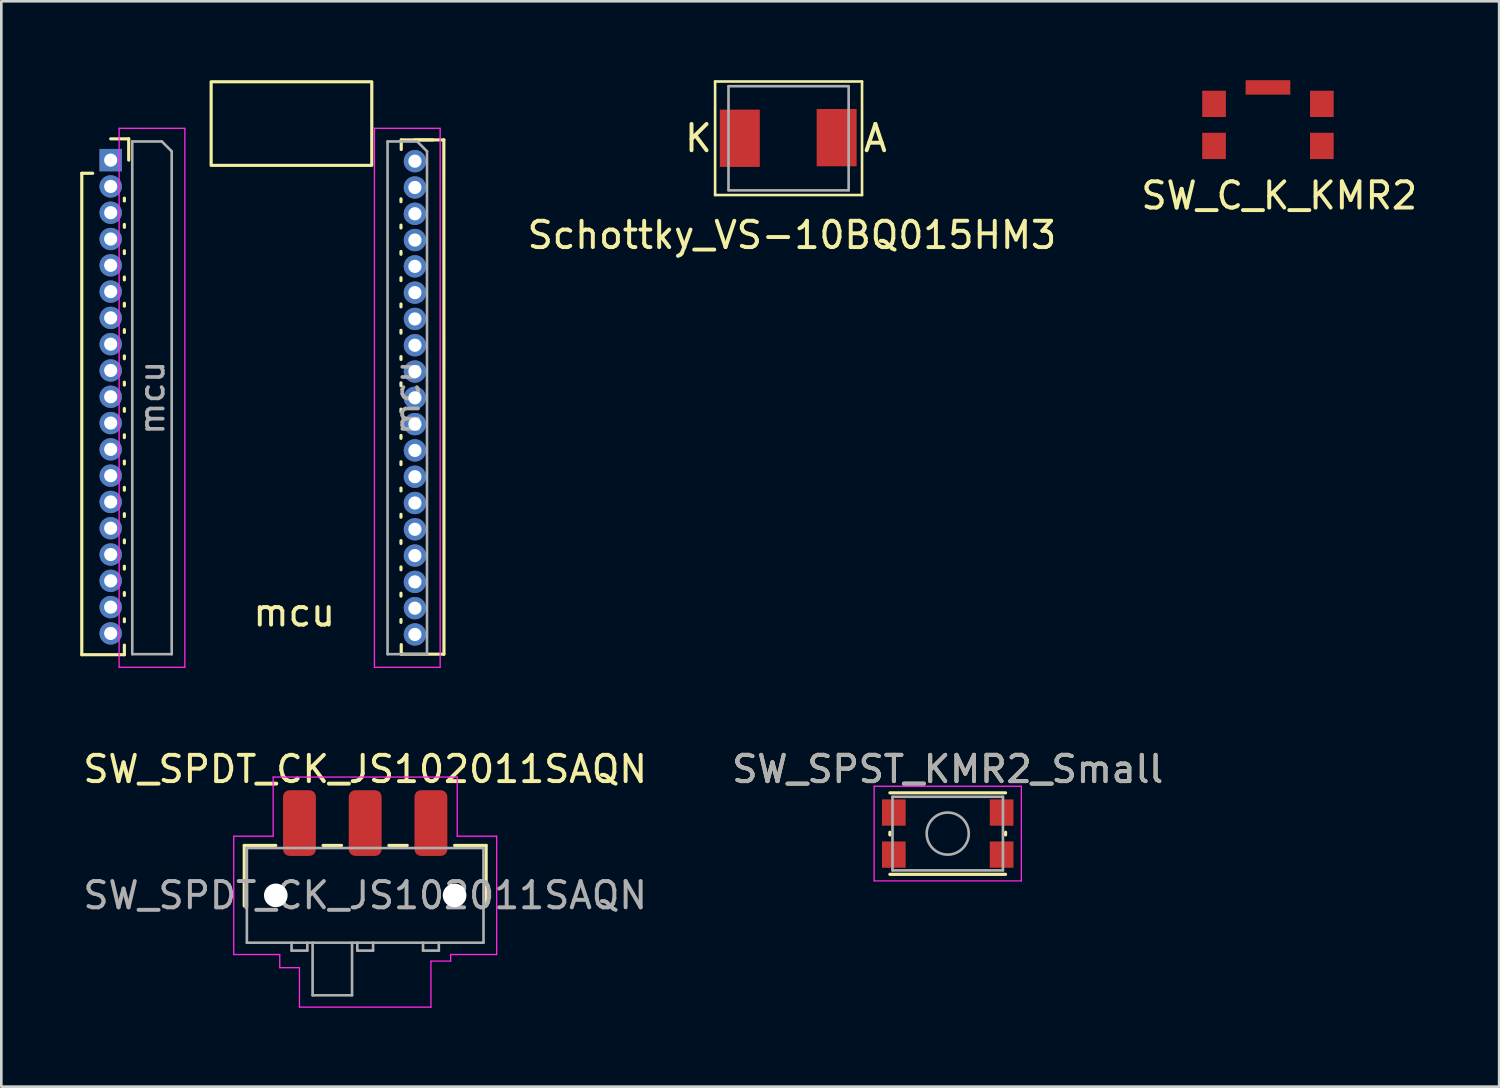
<source format=kicad_pcb>
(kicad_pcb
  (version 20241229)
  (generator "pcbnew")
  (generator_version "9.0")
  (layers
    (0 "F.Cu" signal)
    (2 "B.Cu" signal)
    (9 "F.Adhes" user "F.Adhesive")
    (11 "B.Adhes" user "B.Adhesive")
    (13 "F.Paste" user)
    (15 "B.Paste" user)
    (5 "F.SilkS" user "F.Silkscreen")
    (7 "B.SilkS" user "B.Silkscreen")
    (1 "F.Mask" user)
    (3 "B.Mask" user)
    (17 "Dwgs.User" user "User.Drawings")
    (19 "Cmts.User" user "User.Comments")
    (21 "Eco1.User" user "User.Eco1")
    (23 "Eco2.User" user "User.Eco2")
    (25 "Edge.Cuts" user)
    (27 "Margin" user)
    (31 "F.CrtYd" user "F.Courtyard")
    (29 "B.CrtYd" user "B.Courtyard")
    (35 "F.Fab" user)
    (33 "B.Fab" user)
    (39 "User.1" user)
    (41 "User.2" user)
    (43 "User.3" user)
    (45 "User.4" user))
  (footprint "SW_SPDT_CK_JS102011SAQN"
    (layer "F.Cu")
    (at 10.839 31.003)
    (property "Reference" "SW_SPDT_CK_JS102011SAQN" (at 0 -4.8 0) (layer "F.SilkS") (effects (font (size 1 1) (thickness 0.15))))
    (attr smd)
    (fp_line (start -4.6 -1.9) (end -3.4 -1.9) (stroke (width 0.12) (type solid)) (layer "F.SilkS"))
    (fp_line (start -4.6 0.4) (end -4.6 -1.9) (stroke (width 0.12) (type solid)) (layer "F.SilkS"))
    (fp_line (start -0.9 -1.9) (end -1.6 -1.9) (stroke (width 0.12) (type solid)) (layer "F.SilkS"))
    (fp_line (start 1.6 -1.9) (end 0.9 -1.9) (stroke (width 0.12) (type solid)) (layer "F.SilkS"))
    (fp_line (start 3.4 -1.9) (end 4.6 -1.9) (stroke (width 0.12) (type solid)) (layer "F.SilkS"))
    (fp_line (start 4.6 -1.9) (end 4.6 0.4) (stroke (width 0.12) (type solid)) (layer "F.SilkS"))
    (fp_line (start -5 -2.25) (end -5 2.25) (stroke (width 0.05) (type solid)) (layer "F.CrtYd"))
    (fp_line (start -5 2.25) (end -3.25 2.25) (stroke (width 0.05) (type solid)) (layer "F.CrtYd"))
    (fp_line (start -3.5 -4.5) (end -3.5 -2.25) (stroke (width 0.05) (type solid)) (layer "F.CrtYd"))
    (fp_line (start -3.5 -2.25) (end -5 -2.25) (stroke (width 0.05) (type solid)) (layer "F.CrtYd"))
    (fp_line (start -3.25 2.25) (end -3.25 2.75) (stroke (width 0.05) (type solid)) (layer "F.CrtYd"))
    (fp_line (start -3.25 2.75) (end -2.5 2.75) (stroke (width 0.05) (type solid)) (layer "F.CrtYd"))
    (fp_line (start -2.5 2.75) (end -2.5 4.25) (stroke (width 0.05) (type solid)) (layer "F.CrtYd"))
    (fp_line (start -2.5 4.25) (end 2.5 4.25) (stroke (width 0.05) (type solid)) (layer "F.CrtYd"))
    (fp_line (start 2.5 2.5) (end 3.25 2.5) (stroke (width 0.05) (type solid)) (layer "F.CrtYd"))
    (fp_line (start 2.5 4.25) (end 2.5 2.5) (stroke (width 0.05) (type solid)) (layer "F.CrtYd"))
    (fp_line (start 3.25 2.25) (end 5 2.25) (stroke (width 0.05) (type solid)) (layer "F.CrtYd"))
    (fp_line (start 3.25 2.5) (end 3.25 2.25) (stroke (width 0.05) (type solid)) (layer "F.CrtYd"))
    (fp_line (start 3.5 -4.5) (end -3.5 -4.5) (stroke (width 0.05) (type solid)) (layer "F.CrtYd"))
    (fp_line (start 3.5 -2.25) (end 3.5 -4.5) (stroke (width 0.05) (type solid)) (layer "F.CrtYd"))
    (fp_line (start 5 -2.25) (end 3.5 -2.25) (stroke (width 0.05) (type solid)) (layer "F.CrtYd"))
    (fp_line (start 5 2.25) (end 5 -2.25) (stroke (width 0.05) (type solid)) (layer "F.CrtYd"))
    (fp_line (start -4.5 -1.8) (end -4.5 1.8) (stroke (width 0.1) (type solid)) (layer "F.Fab"))
    (fp_line (start -4.5 -1.8) (end 4.5 -1.8) (stroke (width 0.1) (type solid)) (layer "F.Fab"))
    (fp_line (start -2.8 2.1) (end -2.8 1.8) (stroke (width 0.1) (type solid)) (layer "F.Fab"))
    (fp_line (start -2.2 1.8) (end -2.2 2.1) (stroke (width 0.1) (type solid)) (layer "F.Fab"))
    (fp_line (start -2.2 2.1) (end -2.8 2.1) (stroke (width 0.1) (type solid)) (layer "F.Fab"))
    (fp_line (start -2 3.8) (end -2 1.8) (stroke (width 0.1) (type solid)) (layer "F.Fab"))
    (fp_line (start -0.5 1.8) (end -0.5 3.8) (stroke (width 0.1) (type solid)) (layer "F.Fab"))
    (fp_line (start -0.5 3.8) (end -2 3.8) (stroke (width 0.1) (type solid)) (layer "F.Fab"))
    (fp_line (start -0.3 2.1) (end -0.3 1.8) (stroke (width 0.1) (type solid)) (layer "F.Fab"))
    (fp_line (start 0.3 1.8) (end 0.3 2.1) (stroke (width 0.1) (type solid)) (layer "F.Fab"))
    (fp_line (start 0.3 2.1) (end -0.3 2.1) (stroke (width 0.1) (type solid)) (layer "F.Fab"))
    (fp_line (start 2.2 1.8) (end 2.2 2.1) (stroke (width 0.1) (type solid)) (layer "F.Fab"))
    (fp_line (start 2.2 2.1) (end 2.8 2.1) (stroke (width 0.1) (type solid)) (layer "F.Fab"))
    (fp_line (start 2.8 2.1) (end 2.8 1.8) (stroke (width 0.1) (type solid)) (layer "F.Fab"))
    (fp_line (start 4.5 -1.8) (end 4.5 1.8) (stroke (width 0.1) (type solid)) (layer "F.Fab"))
    (fp_line (start 4.5 1.8) (end -4.5 1.8) (stroke (width 0.1) (type solid)) (layer "F.Fab"))
    (fp_text user "${REFERENCE}" (at 0 0 0) (layer "F.Fab") (effects (font (size 1 1) (thickness 0.15))))
    (pad "" np_thru_hole circle (at -3.4 0) (size 0.9 0.9) (drill 0.9) (layers "*.Cu" "*.Mask"))
    (pad "" np_thru_hole circle (at 3.4 0) (size 0.9 0.9) (drill 0.9) (layers "*.Cu" "*.Mask"))
    (pad "1" smd roundrect (at -2.5 -2.75) (size 1.25 2.5) (layers "F.Cu" "F.Mask" "F.Paste") (roundrect_rratio 0.2))
    (pad "2" smd roundrect (at 0 -2.75) (size 1.25 2.5) (layers "F.Cu" "F.Mask" "F.Paste") (roundrect_rratio 0.2))
    (pad "3" smd roundrect (at 2.5 -2.75) (size 1.25 2.5) (layers "F.Cu" "F.Mask" "F.Paste") (roundrect_rratio 0.2)))
  (footprint "SW_SPST_KMR2_Small"
    (layer "F.Cu")
    (at 32.994 28.653)
    (property "Reference" "SW_SPST_KMR2_Small" (at 0 -2.45 0) (layer "F.SilkS") (effects (font (size 1 1) (thickness 0.15))))
    (attr smd)
    (fp_line (start -2.2 0.05) (end -2.2 -0.05) (stroke (width 0.12) (type solid)) (layer "F.SilkS"))
    (fp_line (start -2.2 1.55) (end 2.2 1.55) (stroke (width 0.12) (type solid)) (layer "F.SilkS"))
    (fp_line (start 2.2 -1.55) (end -2.2 -1.55) (stroke (width 0.12) (type solid)) (layer "F.SilkS"))
    (fp_line (start 2.2 0.05) (end 2.2 -0.05) (stroke (width 0.12) (type solid)) (layer "F.SilkS"))
    (fp_line (start -2.8 -1.8) (end 2.8 -1.8) (stroke (width 0.05) (type solid)) (layer "F.CrtYd"))
    (fp_line (start -2.8 1.8) (end -2.8 -1.8) (stroke (width 0.05) (type solid)) (layer "F.CrtYd"))
    (fp_line (start 2.8 -1.8) (end 2.8 1.8) (stroke (width 0.05) (type solid)) (layer "F.CrtYd"))
    (fp_line (start 2.8 1.8) (end -2.8 1.8) (stroke (width 0.05) (type solid)) (layer "F.CrtYd"))
    (fp_line (start -2.1 -1.4) (end 2.1 -1.4) (stroke (width 0.1) (type solid)) (layer "F.Fab"))
    (fp_line (start -2.1 1.4) (end -2.1 -1.4) (stroke (width 0.1) (type solid)) (layer "F.Fab"))
    (fp_line (start 2.1 -1.4) (end 2.1 1.4) (stroke (width 0.1) (type solid)) (layer "F.Fab"))
    (fp_line (start 2.1 1.4) (end -2.1 1.4) (stroke (width 0.1) (type solid)) (layer "F.Fab"))
    (fp_circle (center 0 0) (end 0 0.8) (stroke (width 0.1) (type solid)) (fill no) (layer "F.Fab"))
    (fp_text user "${REFERENCE}" (at 0 -2.45 0) (layer "F.Fab") (effects (font (size 1 1) (thickness 0.15))))
    (pad "1" smd rect (at -2.05 -0.8) (size 0.9 1) (layers "F.Cu" "F.Mask" "F.Paste"))
    (pad "1" smd rect (at 2.05 -0.8) (size 0.9 1) (layers "F.Cu" "F.Mask" "F.Paste"))
    (pad "2" smd rect (at -2.05 0.8) (size 0.9 1) (layers "F.Cu" "F.Mask" "F.Paste"))
    (pad "2" smd rect (at 2.05 0.8) (size 0.9 1) (layers "F.Cu" "F.Mask" "F.Paste")))
  (footprint "mcu"
    (layer "F.Cu")
    (at 8.87 3.08)
    (property "Reference" "mcu" (at -0.73 17.17 0) (layer "F.SilkS") (effects (font (size 1 1) (thickness 0.15))))
    (attr through_hole)
    (fp_line (start -8.81 0.46) (end -8.81 18.77) (stroke (width 0.12) (type solid)) (layer "F.SilkS"))
    (fp_line (start -8.81 0.46) (end -8.395 0.46) (stroke (width 0.12) (type solid)) (layer "F.SilkS"))
    (fp_line (start -8.81 18.77) (end -7.19 18.77) (stroke (width 0.12) (type solid)) (layer "F.SilkS"))
    (fp_line (start -7.71 -0.85) (end -7.025 -0.85) (stroke (width 0.12) (type solid)) (layer "F.SilkS"))
    (fp_line (start -7.19 1.406) (end -7.19 1.514) (stroke (width 0.12) (type solid)) (layer "F.SilkS"))
    (fp_line (start -7.19 2.406) (end -7.19 2.514) (stroke (width 0.12) (type solid)) (layer "F.SilkS"))
    (fp_line (start -7.19 3.406) (end -7.19 3.514) (stroke (width 0.12) (type solid)) (layer "F.SilkS"))
    (fp_line (start -7.19 4.406) (end -7.19 4.514) (stroke (width 0.12) (type solid)) (layer "F.SilkS"))
    (fp_line (start -7.19 5.406) (end -7.19 5.514) (stroke (width 0.12) (type solid)) (layer "F.SilkS"))
    (fp_line (start -7.19 6.406) (end -7.19 6.514) (stroke (width 0.12) (type solid)) (layer "F.SilkS"))
    (fp_line (start -7.19 7.406) (end -7.19 7.514) (stroke (width 0.12) (type solid)) (layer "F.SilkS"))
    (fp_line (start -7.19 8.406) (end -7.19 8.514) (stroke (width 0.12) (type solid)) (layer "F.SilkS"))
    (fp_line (start -7.19 9.406) (end -7.19 9.514) (stroke (width 0.12) (type solid)) (layer "F.SilkS"))
    (fp_line (start -7.19 10.406) (end -7.19 10.514) (stroke (width 0.12) (type solid)) (layer "F.SilkS"))
    (fp_line (start -7.19 11.406) (end -7.19 11.514) (stroke (width 0.12) (type solid)) (layer "F.SilkS"))
    (fp_line (start -7.19 12.406) (end -7.19 12.514) (stroke (width 0.12) (type solid)) (layer "F.SilkS"))
    (fp_line (start -7.19 13.406) (end -7.19 13.514) (stroke (width 0.12) (type solid)) (layer "F.SilkS"))
    (fp_line (start -7.19 14.406) (end -7.19 14.514) (stroke (width 0.12) (type solid)) (layer "F.SilkS"))
    (fp_line (start -7.19 15.406) (end -7.19 15.514) (stroke (width 0.12) (type solid)) (layer "F.SilkS"))
    (fp_line (start -7.19 16.406) (end -7.19 16.514) (stroke (width 0.12) (type solid)) (layer "F.SilkS"))
    (fp_line (start -7.19 17.406) (end -7.19 17.514) (stroke (width 0.12) (type solid)) (layer "F.SilkS"))
    (fp_line (start -7.19 18.406) (end -7.19 18.77) (stroke (width 0.12) (type solid)) (layer "F.SilkS"))
    (fp_line (start -7.025 -0.85) (end -7.025 -0.04) (stroke (width 0.12) (type solid)) (layer "F.SilkS"))
    (fp_line (start 3.33 1.432) (end 3.33 1.54) (stroke (width 0.12) (type solid)) (layer "F.SilkS"))
    (fp_line (start 3.33 2.432) (end 3.33 2.54) (stroke (width 0.12) (type solid)) (layer "F.SilkS"))
    (fp_line (start 3.33 3.432) (end 3.33 3.54) (stroke (width 0.12) (type solid)) (layer "F.SilkS"))
    (fp_line (start 3.33 4.432) (end 3.33 4.54) (stroke (width 0.12) (type solid)) (layer "F.SilkS"))
    (fp_line (start 3.33 5.432) (end 3.33 5.54) (stroke (width 0.12) (type solid)) (layer "F.SilkS"))
    (fp_line (start 3.33 6.432) (end 3.33 6.54) (stroke (width 0.12) (type solid)) (layer "F.SilkS"))
    (fp_line (start 3.33 7.432) (end 3.33 7.54) (stroke (width 0.12) (type solid)) (layer "F.SilkS"))
    (fp_line (start 3.33 8.432) (end 3.33 8.54) (stroke (width 0.12) (type solid)) (layer "F.SilkS"))
    (fp_line (start 3.33 9.432) (end 3.33 9.54) (stroke (width 0.12) (type solid)) (layer "F.SilkS"))
    (fp_line (start 3.33 10.432) (end 3.33 10.54) (stroke (width 0.12) (type solid)) (layer "F.SilkS"))
    (fp_line (start 3.33 11.432) (end 3.33 11.54) (stroke (width 0.12) (type solid)) (layer "F.SilkS"))
    (fp_line (start 3.33 12.432) (end 3.33 12.54) (stroke (width 0.12) (type solid)) (layer "F.SilkS"))
    (fp_line (start 3.33 13.432) (end 3.33 13.54) (stroke (width 0.12) (type solid)) (layer "F.SilkS"))
    (fp_line (start 3.33 14.432) (end 3.33 14.54) (stroke (width 0.12) (type solid)) (layer "F.SilkS"))
    (fp_line (start 3.33 15.432) (end 3.33 15.54) (stroke (width 0.12) (type solid)) (layer "F.SilkS"))
    (fp_line (start 3.33 16.432) (end 3.33 16.54) (stroke (width 0.12) (type solid)) (layer "F.SilkS"))
    (fp_line (start 3.33 17.432) (end 3.33 17.54) (stroke (width 0.12) (type solid)) (layer "F.SilkS"))
    (fp_line (start 3.34 -0.446) (end 3.34 -0.81) (stroke (width 0.12) (type solid)) (layer "F.SilkS"))
    (fp_line (start 3.34 18.75) (end 3.34 18.386) (stroke (width 0.12) (type solid)) (layer "F.SilkS"))
    (fp_line (start 3.86 -0.81) (end 4.545 -0.81) (stroke (width 0.12) (type solid)) (layer "F.SilkS"))
    (fp_line (start 4.96 -0.81) (end 3.34 -0.81) (stroke (width 0.12) (type solid)) (layer "F.SilkS"))
    (fp_line (start 4.96 18.75) (end 3.34 18.75) (stroke (width 0.12) (type solid)) (layer "F.SilkS"))
    (fp_line (start 4.965 18.75) (end 4.96 -0.81) (stroke (width 0.12) (type solid)) (layer "F.SilkS"))
    (fp_rect (start -3.89 -3.02) (end 2.22 0.16) (stroke (width 0.12) (type default)) (fill no) (layer "F.SilkS"))
    (fp_line (start -7.39 -1.25) (end -4.89 -1.25) (stroke (width 0.05) (type solid)) (layer "F.CrtYd"))
    (fp_line (start -7.39 19.25) (end -7.39 -1.25) (stroke (width 0.05) (type solid)) (layer "F.CrtYd"))
    (fp_line (start -4.89 -1.25) (end -4.89 19.25) (stroke (width 0.05) (type solid)) (layer "F.CrtYd"))
    (fp_line (start -4.89 19.25) (end -7.39 19.25) (stroke (width 0.05) (type solid)) (layer "F.CrtYd"))
    (fp_line (start 2.32 -1.25) (end 4.82 -1.25) (stroke (width 0.05) (type solid)) (layer "F.CrtYd"))
    (fp_line (start 2.32 19.25) (end 2.32 -1.25) (stroke (width 0.05) (type solid)) (layer "F.CrtYd"))
    (fp_line (start 4.82 -1.25) (end 4.82 19.25) (stroke (width 0.05) (type solid)) (layer "F.CrtYd"))
    (fp_line (start 4.82 19.25) (end 2.32 19.25) (stroke (width 0.05) (type solid)) (layer "F.CrtYd"))
    (fp_line (start -6.89 -0.75) (end -5.765 -0.75) (stroke (width 0.1) (type solid)) (layer "F.Fab"))
    (fp_line (start -6.89 18.75) (end -6.89 -0.75) (stroke (width 0.1) (type solid)) (layer "F.Fab"))
    (fp_line (start -5.765 -0.75) (end -5.39 -0.375) (stroke (width 0.1) (type solid)) (layer "F.Fab"))
    (fp_line (start -5.39 -0.375) (end -5.39 18.75) (stroke (width 0.1) (type solid)) (layer "F.Fab"))
    (fp_line (start -5.39 18.75) (end -6.89 18.75) (stroke (width 0.1) (type solid)) (layer "F.Fab"))
    (fp_line (start 2.82 -0.75) (end 3.945 -0.75) (stroke (width 0.1) (type solid)) (layer "F.Fab"))
    (fp_line (start 2.82 18.75) (end 2.82 -0.75) (stroke (width 0.1) (type solid)) (layer "F.Fab"))
    (fp_line (start 3.945 -0.75) (end 4.32 -0.375) (stroke (width 0.1) (type solid)) (layer "F.Fab"))
    (fp_line (start 4.32 -0.375) (end 4.32 18.75) (stroke (width 0.1) (type solid)) (layer "F.Fab"))
    (fp_line (start 4.32 18.75) (end 2.82 18.75) (stroke (width 0.1) (type solid)) (layer "F.Fab"))
    (fp_text user "${REFERENCE}" (at -6.14 9 90) (layer "F.Fab") (effects (font (size 0.9 0.9) (thickness 0.14))))
    (fp_text user "${REFERENCE}" (at 3.57 9 90) (layer "F.Fab") (effects (font (size 0.9 0.9) (thickness 0.14))))
    (pad "1" thru_hole rect (at -7.71 -0.04) (size 0.85 0.85) (drill 0.5) (layers "*.Cu" "*.Mask"))
    (pad "2" thru_hole oval (at -7.71 0.96) (size 0.85 0.85) (drill 0.5) (layers "*.Cu" "*.Mask"))
    (pad "3" thru_hole oval (at -7.71 1.96) (size 0.85 0.85) (drill 0.5) (layers "*.Cu" "*.Mask"))
    (pad "4" thru_hole oval (at -7.71 2.96) (size 0.85 0.85) (drill 0.5) (layers "*.Cu" "*.Mask"))
    (pad "5" thru_hole oval (at -7.71 3.96) (size 0.85 0.85) (drill 0.5) (layers "*.Cu" "*.Mask"))
    (pad "6" thru_hole oval (at -7.71 4.96) (size 0.85 0.85) (drill 0.5) (layers "*.Cu" "*.Mask"))
    (pad "7" thru_hole oval (at -7.71 5.96) (size 0.85 0.85) (drill 0.5) (layers "*.Cu" "*.Mask"))
    (pad "8" thru_hole oval (at -7.71 6.96) (size 0.85 0.85) (drill 0.5) (layers "*.Cu" "*.Mask"))
    (pad "9" thru_hole oval (at -7.71 7.96) (size 0.85 0.85) (drill 0.5) (layers "*.Cu" "*.Mask"))
    (pad "10" thru_hole oval (at -7.71 8.96) (size 0.85 0.85) (drill 0.5) (layers "*.Cu" "*.Mask"))
    (pad "11" thru_hole oval (at -7.71 9.96) (size 0.85 0.85) (drill 0.5) (layers "*.Cu" "*.Mask"))
    (pad "12" thru_hole oval (at -7.71 10.96) (size 0.85 0.85) (drill 0.5) (layers "*.Cu" "*.Mask"))
    (pad "13" thru_hole oval (at -7.71 11.96) (size 0.85 0.85) (drill 0.5) (layers "*.Cu" "*.Mask"))
    (pad "14" thru_hole oval (at -7.71 12.96) (size 0.85 0.85) (drill 0.5) (layers "*.Cu" "*.Mask"))
    (pad "15" thru_hole oval (at -7.71 13.96) (size 0.85 0.85) (drill 0.5) (layers "*.Cu" "*.Mask"))
    (pad "16" thru_hole oval (at -7.71 14.96) (size 0.85 0.85) (drill 0.5) (layers "*.Cu" "*.Mask"))
    (pad "17" thru_hole oval (at -7.71 15.96) (size 0.85 0.85) (drill 0.5) (layers "*.Cu" "*.Mask"))
    (pad "18" thru_hole oval (at -7.71 16.96) (size 0.85 0.85) (drill 0.5) (layers "*.Cu" "*.Mask"))
    (pad "19" thru_hole oval (at -7.71 17.96) (size 0.85 0.85) (drill 0.5) (layers "*.Cu" "*.Mask"))
    (pad "20" thru_hole oval (at 3.86 18) (size 0.85 0.85) (drill 0.5) (layers "*.Cu" "*.Mask"))
    (pad "21" thru_hole oval (at 3.86 17) (size 0.85 0.85) (drill 0.5) (layers "*.Cu" "*.Mask"))
    (pad "22" thru_hole oval (at 3.86 16) (size 0.85 0.85) (drill 0.5) (layers "*.Cu" "*.Mask"))
    (pad "23" thru_hole oval (at 3.86 15) (size 0.85 0.85) (drill 0.5) (layers "*.Cu" "*.Mask"))
    (pad "24" thru_hole oval (at 3.86 14) (size 0.85 0.85) (drill 0.5) (layers "*.Cu" "*.Mask"))
    (pad "25" thru_hole oval (at 3.86 13) (size 0.85 0.85) (drill 0.5) (layers "*.Cu" "*.Mask"))
    (pad "26" thru_hole oval (at 3.86 12) (size 0.85 0.85) (drill 0.5) (layers "*.Cu" "*.Mask"))
    (pad "27" thru_hole oval (at 3.86 11) (size 0.85 0.85) (drill 0.5) (layers "*.Cu" "*.Mask"))
    (pad "28" thru_hole oval (at 3.86 10) (size 0.85 0.85) (drill 0.5) (layers "*.Cu" "*.Mask"))
    (pad "29" thru_hole oval (at 3.86 9) (size 0.85 0.85) (drill 0.5) (layers "*.Cu" "*.Mask"))
    (pad "30" thru_hole oval (at 3.86 8) (size 0.85 0.85) (drill 0.5) (layers "*.Cu" "*.Mask"))
    (pad "31" thru_hole oval (at 3.86 7) (size 0.85 0.85) (drill 0.5) (layers "*.Cu" "*.Mask"))
    (pad "32" thru_hole oval (at 3.86 6) (size 0.85 0.85) (drill 0.5) (layers "*.Cu" "*.Mask"))
    (pad "33" thru_hole oval (at 3.86 5) (size 0.85 0.85) (drill 0.5) (layers "*.Cu" "*.Mask"))
    (pad "34" thru_hole oval (at 3.86 4) (size 0.85 0.85) (drill 0.5) (layers "*.Cu" "*.Mask"))
    (pad "35" thru_hole oval (at 3.86 3) (size 0.85 0.85) (drill 0.5) (layers "*.Cu" "*.Mask"))
    (pad "36" thru_hole oval (at 3.86 2) (size 0.85 0.85) (drill 0.5) (layers "*.Cu" "*.Mask"))
    (pad "37" thru_hole oval (at 3.86 1) (size 0.85 0.85) (drill 0.5) (layers "*.Cu" "*.Mask"))
    (pad "38" thru_hole oval (at 3.86 0) (size 0.85 0.85) (drill 0.5) (layers "*.Cu" "*.Mask")))
  (footprint "SW_C_K_KMR2"
    (layer "F.Cu")
    (at 45.173 1.7)
    (property "Reference" "SW_C_K_KMR2" (at 0.43 2.69 0) (layer "F.SilkS") (effects (font (size 1 1) (thickness 0.15))))
    (attr through_hole)
    (pad "1" smd rect (at -2.05 -0.8) (size 0.9 1) (layers "F.Cu" "F.Mask" "F.Paste"))
    (pad "2" smd rect (at -2.05 0.8) (size 0.9 1) (layers "F.Cu" "F.Mask" "F.Paste"))
    (pad "3" smd rect (at 2.05 -0.8) (size 0.9 1) (layers "F.Cu" "F.Mask" "F.Paste"))
    (pad "4" smd rect (at 2.05 0.8) (size 0.9 1) (layers "F.Cu" "F.Mask" "F.Paste"))
    (pad "5" smd rect (at 0 -1.425) (size 1.7 0.55) (layers "F.Cu" "F.Mask" "F.Paste")))
  (footprint "Schottky_VS-10BQ015HM3"
    (layer "F.Cu")
    (at 26.941 2.209)
    (property "Reference" "Schottky_VS-10BQ015HM3" (at 0.127 3.683 0) (layer "F.SilkS") (effects (font (size 1 1) (thickness 0.15))))
    (attr smd)
    (fp_line (start -2.794 -2.159) (end -2.794 2.159) (stroke (width 0.1) (type solid)) (layer "F.SilkS"))
    (fp_line (start -2.794 2.159) (end 2.794 2.159) (stroke (width 0.1) (type solid)) (layer "F.SilkS"))
    (fp_line (start 2.794 -2.159) (end -2.794 -2.159) (stroke (width 0.1) (type solid)) (layer "F.SilkS"))
    (fp_line (start 2.794 2.159) (end 2.794 -2.159) (stroke (width 0.1) (type solid)) (layer "F.SilkS"))
    (fp_line (start -2.286 -1.981) (end 2.286 -1.981) (stroke (width 0.1) (type solid)) (layer "F.Fab"))
    (fp_line (start -2.286 1.981) (end 2.286 1.981) (stroke (width 0.1) (type solid)) (layer "F.Fab"))
    (fp_line (start -2.285 1.97) (end -2.285 -1.97) (stroke (width 0.1) (type solid)) (layer "F.Fab"))
    (fp_line (start 2.285 1.97) (end 2.285 -1.97) (stroke (width 0.1) (type solid)) (layer "F.Fab"))
    (fp_text user "A" (at 3.302 0 0) (layer "F.SilkS") (effects (font (size 1 1) (thickness 0.15))))
    (fp_text user "K" (at -3.429 0 0) (layer "F.SilkS") (effects (font (size 1 1) (thickness 0.15))))
    (pad "1" smd rect (at -1.854 0) (size 1.52 2.18) (layers "F.Cu" "F.Mask" "F.Paste"))
    (pad "2" smd rect (at 1.829 -0.025) (size 1.52 2.18) (layers "F.Cu" "F.Mask" "F.Paste")))
  (gr_rect
    (start -3 -3)
    (end 53.966 38.278)
    (stroke (width 0.1) (type default))
    (fill no)
    (layer "Edge.Cuts")))
</source>
